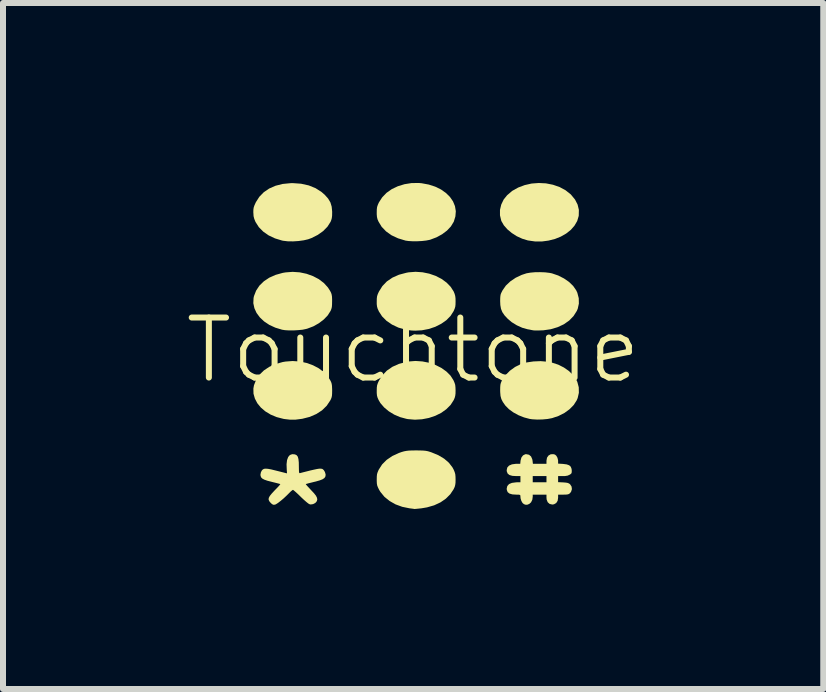
<source format=kicad_pcb>
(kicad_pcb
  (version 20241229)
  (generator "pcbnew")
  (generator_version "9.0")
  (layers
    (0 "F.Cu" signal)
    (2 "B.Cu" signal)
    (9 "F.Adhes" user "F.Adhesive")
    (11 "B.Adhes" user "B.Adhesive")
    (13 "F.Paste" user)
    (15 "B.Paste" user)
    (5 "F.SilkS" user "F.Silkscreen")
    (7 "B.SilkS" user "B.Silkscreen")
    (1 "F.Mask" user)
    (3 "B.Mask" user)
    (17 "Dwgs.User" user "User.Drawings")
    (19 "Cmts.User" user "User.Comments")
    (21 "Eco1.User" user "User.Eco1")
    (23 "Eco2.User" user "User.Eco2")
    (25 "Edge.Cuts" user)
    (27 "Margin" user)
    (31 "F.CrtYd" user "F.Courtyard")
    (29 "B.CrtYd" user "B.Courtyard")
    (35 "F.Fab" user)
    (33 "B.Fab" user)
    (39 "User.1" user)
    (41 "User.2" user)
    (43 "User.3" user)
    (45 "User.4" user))
  (footprint "Touchtone"
    (layer "F.Cu")
    (at 3.836 3.285)
    (property "Reference" "Touchtone" (at 0 -0.5 0) (unlocked yes) (layer "F.SilkS") (effects (font (size 1 1) (thickness 0.1))))
    (attr smd)
    (fp_poly (pts (xy 2.213 -3.279) (xy 2.33 -3.256) (xy 2.44 -3.218) (xy 2.54 -3.164) (xy 2.628 -3.094) (xy 2.633 -3.088) (xy 2.698 -3.009) (xy 2.741 -2.925) (xy 2.762 -2.837) (xy 2.76 -2.744) (xy 2.759 -2.735) (xy 2.734 -2.651) (xy 2.689 -2.574) (xy 2.628 -2.504) (xy 2.551 -2.443) (xy 2.462 -2.392) (xy 2.363 -2.352) (xy 2.256 -2.325) (xy 2.144 -2.31) (xy 2.03 -2.311) (xy 1.916 -2.327) (xy 1.914 -2.327) (xy 1.819 -2.356) (xy 1.727 -2.398) (xy 1.643 -2.452) (xy 1.57 -2.513) (xy 1.512 -2.579) (xy 1.472 -2.648) (xy 1.468 -2.658) (xy 1.447 -2.746) (xy 1.447 -2.837) (xy 1.468 -2.925) (xy 1.508 -3.009) (xy 1.565 -3.08) (xy 1.65 -3.153) (xy 1.75 -3.209) (xy 1.859 -3.25) (xy 1.974 -3.276) (xy 2.094 -3.285)) (stroke (width 0) (type solid)) (fill yes) (layer "F.SilkS"))
    (fp_poly (pts (xy -1.891 -0.31) (xy -1.777 -0.286) (xy -1.669 -0.247) (xy -1.572 -0.196) (xy -1.488 -0.132) (xy -1.42 -0.057) (xy -1.383 0.001) (xy -1.367 0.033) (xy -1.358 0.062) (xy -1.353 0.095) (xy -1.351 0.139) (xy -1.35 0.171) (xy -1.351 0.225) (xy -1.354 0.264) (xy -1.361 0.294) (xy -1.373 0.323) (xy -1.382 0.34) (xy -1.441 0.428) (xy -1.519 0.504) (xy -1.613 0.565) (xy -1.723 0.613) (xy -1.849 0.645) (xy -1.857 0.646) (xy -1.958 0.659) (xy -2.05 0.66) (xy -2.145 0.649) (xy -2.162 0.646) (xy -2.274 0.617) (xy -2.375 0.575) (xy -2.464 0.521) (xy -2.538 0.458) (xy -2.597 0.386) (xy -2.638 0.308) (xy -2.661 0.226) (xy -2.663 0.141) (xy -2.653 0.086) (xy -2.617 -0.006) (xy -2.562 -0.089) (xy -2.488 -0.161) (xy -2.398 -0.221) (xy -2.292 -0.268) (xy -2.174 -0.301) (xy -2.127 -0.309) (xy -2.009 -0.318)) (stroke (width 0) (type solid)) (fill yes) (layer "F.SilkS"))
    (fp_poly (pts (xy 0.141 -3.281) (xy 0.26 -3.259) (xy 0.368 -3.224) (xy 0.464 -3.177) (xy 0.546 -3.119) (xy 0.613 -3.053) (xy 0.664 -2.979) (xy 0.697 -2.899) (xy 0.711 -2.815) (xy 0.704 -2.728) (xy 0.677 -2.64) (xy 0.674 -2.635) (xy 0.629 -2.561) (xy 0.564 -2.492) (xy 0.483 -2.431) (xy 0.39 -2.38) (xy 0.287 -2.341) (xy 0.273 -2.337) (xy 0.216 -2.326) (xy 0.145 -2.318) (xy 0.067 -2.314) (xy -0.009 -2.314) (xy -0.078 -2.318) (xy -0.127 -2.325) (xy -0.252 -2.363) (xy -0.361 -2.414) (xy -0.452 -2.479) (xy -0.525 -2.555) (xy -0.577 -2.641) (xy -0.594 -2.68) (xy -0.603 -2.718) (xy -0.607 -2.763) (xy -0.607 -2.795) (xy -0.606 -2.846) (xy -0.601 -2.885) (xy -0.589 -2.921) (xy -0.571 -2.961) (xy -0.516 -3.046) (xy -0.444 -3.121) (xy -0.356 -3.183) (xy -0.255 -3.231) (xy -0.144 -3.265) (xy -0.026 -3.284) (xy 0.097 -3.285)) (stroke (width 0) (type solid)) (fill yes) (layer "F.SilkS"))
    (fp_poly (pts (xy 2.242 -0.306) (xy 2.318 -0.29) (xy 2.419 -0.257) (xy 2.512 -0.21) (xy 2.594 -0.153) (xy 2.663 -0.087) (xy 2.714 -0.017) (xy 2.736 0.029) (xy 2.76 0.12) (xy 2.762 0.212) (xy 2.742 0.299) (xy 2.726 0.337) (xy 2.676 0.415) (xy 2.606 0.486) (xy 2.521 0.548) (xy 2.422 0.598) (xy 2.315 0.634) (xy 2.241 0.648) (xy 2.155 0.656) (xy 2.067 0.658) (xy 1.985 0.653) (xy 1.942 0.647) (xy 1.848 0.622) (xy 1.755 0.585) (xy 1.669 0.538) (xy 1.595 0.484) (xy 1.538 0.426) (xy 1.534 0.421) (xy 1.495 0.365) (xy 1.47 0.316) (xy 1.456 0.264) (xy 1.451 0.203) (xy 1.45 0.171) (xy 1.451 0.118) (xy 1.454 0.079) (xy 1.461 0.049) (xy 1.473 0.02) (xy 1.482 0.002) (xy 1.538 -0.081) (xy 1.612 -0.156) (xy 1.699 -0.219) (xy 1.787 -0.263) (xy 1.89 -0.294) (xy 2.005 -0.311) (xy 2.125 -0.316)) (stroke (width 0) (type solid)) (fill yes) (layer "F.SilkS"))
    (fp_poly (pts (xy -1.891 -1.796) (xy -1.777 -1.772) (xy -1.669 -1.733) (xy -1.572 -1.682) (xy -1.488 -1.618) (xy -1.42 -1.543) (xy -1.383 -1.485) (xy -1.367 -1.453) (xy -1.358 -1.424) (xy -1.353 -1.392) (xy -1.351 -1.348) (xy -1.351 -1.315) (xy -1.352 -1.259) (xy -1.355 -1.218) (xy -1.363 -1.186) (xy -1.376 -1.154) (xy -1.379 -1.149) (xy -1.425 -1.077) (xy -1.491 -1.009) (xy -1.571 -0.948) (xy -1.663 -0.896) (xy -1.763 -0.858) (xy -1.785 -0.852) (xy -1.842 -0.84) (xy -1.913 -0.833) (xy -1.99 -0.828) (xy -2.067 -0.828) (xy -2.136 -0.832) (xy -2.185 -0.84) (xy -2.297 -0.874) (xy -2.397 -0.92) (xy -2.484 -0.978) (xy -2.555 -1.045) (xy -2.61 -1.119) (xy -2.646 -1.198) (xy -2.664 -1.282) (xy -2.66 -1.368) (xy -2.653 -1.4) (xy -2.617 -1.492) (xy -2.562 -1.575) (xy -2.488 -1.647) (xy -2.398 -1.707) (xy -2.292 -1.754) (xy -2.174 -1.787) (xy -2.127 -1.795) (xy -2.009 -1.804)) (stroke (width 0) (type solid)) (fill yes) (layer "F.SilkS"))
    (fp_poly (pts (xy -1.868 -3.273) (xy -1.741 -3.245) (xy -1.627 -3.199) (xy -1.527 -3.135) (xy -1.474 -3.089) (xy -1.417 -3.025) (xy -1.379 -2.961) (xy -1.358 -2.891) (xy -1.35 -2.809) (xy -1.35 -2.795) (xy -1.351 -2.74) (xy -1.356 -2.699) (xy -1.365 -2.667) (xy -1.377 -2.637) (xy -1.429 -2.556) (xy -1.501 -2.483) (xy -1.59 -2.42) (xy -1.693 -2.368) (xy -1.75 -2.347) (xy -1.823 -2.33) (xy -1.91 -2.318) (xy -2 -2.312) (xy -2.088 -2.313) (xy -2.165 -2.322) (xy -2.185 -2.326) (xy -2.303 -2.362) (xy -2.409 -2.412) (xy -2.499 -2.475) (xy -2.572 -2.549) (xy -2.625 -2.632) (xy -2.629 -2.639) (xy -2.649 -2.689) (xy -2.66 -2.733) (xy -2.663 -2.786) (xy -2.664 -2.795) (xy -2.663 -2.84) (xy -2.658 -2.875) (xy -2.646 -2.911) (xy -2.626 -2.955) (xy -2.622 -2.964) (xy -2.564 -3.055) (xy -2.49 -3.131) (xy -2.399 -3.193) (xy -2.294 -3.239) (xy -2.176 -3.269) (xy -2.045 -3.282) (xy -2.008 -3.283)) (stroke (width 0) (type solid)) (fill yes) (layer "F.SilkS"))
    (fp_poly (pts (xy 0.154 -0.311) (xy 0.266 -0.289) (xy 0.372 -0.252) (xy 0.468 -0.204) (xy 0.553 -0.144) (xy 0.622 -0.075) (xy 0.672 0.003) (xy 0.673 0.006) (xy 0.69 0.045) (xy 0.701 0.08) (xy 0.705 0.121) (xy 0.707 0.171) (xy 0.706 0.224) (xy 0.701 0.263) (xy 0.692 0.296) (xy 0.676 0.333) (xy 0.676 0.333) (xy 0.624 0.414) (xy 0.553 0.485) (xy 0.468 0.546) (xy 0.369 0.595) (xy 0.262 0.631) (xy 0.147 0.653) (xy 0.029 0.66) (xy -0.089 0.65) (xy -0.114 0.645) (xy -0.218 0.617) (xy -0.316 0.575) (xy -0.406 0.52) (xy -0.484 0.455) (xy -0.546 0.383) (xy -0.576 0.332) (xy -0.593 0.294) (xy -0.603 0.258) (xy -0.607 0.215) (xy -0.607 0.177) (xy -0.606 0.126) (xy -0.601 0.087) (xy -0.589 0.051) (xy -0.571 0.011) (xy -0.513 -0.08) (xy -0.438 -0.158) (xy -0.345 -0.222) (xy -0.237 -0.27) (xy -0.113 -0.303) (xy -0.076 -0.31) (xy 0.039 -0.319)) (stroke (width 0) (type solid)) (fill yes) (layer "F.SilkS"))
    (fp_poly (pts (xy 0.156 -1.797) (xy 0.268 -1.774) (xy 0.375 -1.737) (xy 0.472 -1.687) (xy 0.556 -1.626) (xy 0.625 -1.555) (xy 0.675 -1.477) (xy 0.691 -1.438) (xy 0.701 -1.403) (xy 0.706 -1.362) (xy 0.707 -1.315) (xy 0.706 -1.262) (xy 0.702 -1.224) (xy 0.692 -1.191) (xy 0.676 -1.153) (xy 0.674 -1.149) (xy 0.623 -1.069) (xy 0.553 -0.998) (xy 0.467 -0.938) (xy 0.368 -0.888) (xy 0.26 -0.852) (xy 0.145 -0.83) (xy 0.036 -0.824) (xy -0.02 -0.826) (xy -0.077 -0.832) (xy -0.125 -0.839) (xy -0.127 -0.84) (xy -0.246 -0.875) (xy -0.352 -0.925) (xy -0.444 -0.988) (xy -0.518 -1.062) (xy -0.573 -1.147) (xy -0.574 -1.151) (xy -0.592 -1.19) (xy -0.602 -1.226) (xy -0.607 -1.267) (xy -0.607 -1.309) (xy -0.606 -1.36) (xy -0.601 -1.399) (xy -0.589 -1.435) (xy -0.57 -1.476) (xy -0.513 -1.567) (xy -0.438 -1.645) (xy -0.345 -1.708) (xy -0.237 -1.756) (xy -0.113 -1.789) (xy -0.076 -1.796) (xy 0.04 -1.805)) (stroke (width 0) (type solid)) (fill yes) (layer "F.SilkS"))
    (fp_poly (pts (xy 2.199 -1.796) (xy 2.273 -1.787) (xy 2.313 -1.779) (xy 2.418 -1.743) (xy 2.514 -1.694) (xy 2.598 -1.636) (xy 2.667 -1.569) (xy 2.717 -1.497) (xy 2.736 -1.457) (xy 2.76 -1.365) (xy 2.762 -1.275) (xy 2.743 -1.189) (xy 2.727 -1.152) (xy 2.673 -1.067) (xy 2.6 -0.992) (xy 2.511 -0.93) (xy 2.408 -0.882) (xy 2.294 -0.848) (xy 2.171 -0.83) (xy 2.142 -0.829) (xy 2.09 -0.827) (xy 2.044 -0.827) (xy 2.011 -0.828) (xy 1.999 -0.83) (xy 1.976 -0.834) (xy 1.939 -0.842) (xy 1.908 -0.847) (xy 1.819 -0.872) (xy 1.728 -0.913) (xy 1.643 -0.965) (xy 1.576 -1.022) (xy 1.522 -1.08) (xy 1.486 -1.133) (xy 1.464 -1.188) (xy 1.453 -1.25) (xy 1.45 -1.315) (xy 1.451 -1.367) (xy 1.454 -1.404) (xy 1.46 -1.434) (xy 1.473 -1.463) (xy 1.49 -1.496) (xy 1.545 -1.575) (xy 1.619 -1.645) (xy 1.709 -1.706) (xy 1.811 -1.754) (xy 1.89 -1.78) (xy 1.954 -1.791) (xy 2.031 -1.798) (xy 2.116 -1.799)) (stroke (width 0) (type solid)) (fill yes) (layer "F.SilkS"))
    (fp_poly (pts (xy 0.056 1.172) (xy 0.123 1.173) (xy 0.173 1.175) (xy 0.212 1.179) (xy 0.247 1.186) (xy 0.283 1.197) (xy 0.307 1.205) (xy 0.42 1.252) (xy 0.517 1.31) (xy 0.596 1.378) (xy 0.655 1.455) (xy 0.676 1.494) (xy 0.692 1.533) (xy 0.702 1.569) (xy 0.706 1.612) (xy 0.707 1.658) (xy 0.706 1.71) (xy 0.701 1.748) (xy 0.692 1.781) (xy 0.675 1.817) (xy 0.675 1.818) (xy 0.619 1.902) (xy 0.545 1.976) (xy 0.455 2.038) (xy 0.35 2.087) (xy 0.232 2.121) (xy 0.138 2.137) (xy 0.09 2.142) (xy 0.05 2.146) (xy 0.025 2.148) (xy 0.019 2.148) (xy 0.004 2.145) (xy -0.027 2.141) (xy -0.06 2.137) (xy -0.182 2.112) (xy -0.294 2.071) (xy -0.393 2.015) (xy -0.478 1.946) (xy -0.545 1.865) (xy -0.568 1.827) (xy -0.587 1.788) (xy -0.599 1.757) (xy -0.605 1.723) (xy -0.607 1.679) (xy -0.607 1.658) (xy -0.606 1.606) (xy -0.602 1.568) (xy -0.592 1.535) (xy -0.576 1.498) (xy -0.573 1.492) (xy -0.517 1.405) (xy -0.441 1.329) (xy -0.347 1.265) (xy -0.236 1.214) (xy -0.19 1.198) (xy -0.151 1.187) (xy -0.114 1.18) (xy -0.073 1.175) (xy -0.023 1.173) (xy 0.042 1.172)) (stroke (width 0) (type solid)) (fill yes) (layer "F.SilkS"))
    (fp_poly (pts (xy 1.931 1.244) (xy 1.965 1.273) (xy 1.985 1.319) (xy 1.989 1.338) (xy 1.996 1.395) (xy 2.109 1.395) (xy 2.222 1.395) (xy 2.222 1.343) (xy 2.231 1.293) (xy 2.256 1.257) (xy 2.294 1.236) (xy 2.34 1.235) (xy 2.364 1.242) (xy 2.386 1.261) (xy 2.405 1.294) (xy 2.415 1.335) (xy 2.416 1.352) (xy 2.416 1.392) (xy 2.497 1.397) (xy 2.559 1.405) (xy 2.601 1.42) (xy 2.627 1.444) (xy 2.64 1.479) (xy 2.643 1.501) (xy 2.643 1.535) (xy 2.637 1.555) (xy 2.62 1.57) (xy 2.608 1.577) (xy 2.575 1.592) (xy 2.533 1.599) (xy 2.493 1.6) (xy 2.416 1.6) (xy 2.416 1.651) (xy 2.416 1.701) (xy 2.501 1.705) (xy 2.549 1.709) (xy 2.58 1.715) (xy 2.602 1.726) (xy 2.616 1.737) (xy 2.64 1.774) (xy 2.646 1.817) (xy 2.633 1.859) (xy 2.617 1.881) (xy 2.6 1.896) (xy 2.58 1.904) (xy 2.551 1.908) (xy 2.507 1.909) (xy 2.502 1.909) (xy 2.416 1.909) (xy 2.416 1.96) (xy 2.408 2.012) (xy 2.384 2.049) (xy 2.347 2.07) (xy 2.319 2.074) (xy 2.275 2.064) (xy 2.243 2.036) (xy 2.225 1.992) (xy 2.222 1.96) (xy 2.222 1.909) (xy 2.108 1.909) (xy 1.993 1.909) (xy 1.993 1.942) (xy 1.986 1.994) (xy 1.965 2.037) (xy 1.935 2.064) (xy 1.902 2.077) (xy 1.873 2.077) (xy 1.847 2.068) (xy 1.823 2.048) (xy 1.803 2.013) (xy 1.79 1.97) (xy 1.788 1.944) (xy 1.787 1.924) (xy 1.78 1.914) (xy 1.763 1.91) (xy 1.729 1.909) (xy 1.721 1.909) (xy 1.653 1.905) (xy 1.605 1.891) (xy 1.575 1.867) (xy 1.561 1.831) (xy 1.559 1.809) (xy 1.569 1.766) (xy 1.598 1.733) (xy 1.647 1.713) (xy 1.715 1.704) (xy 1.733 1.703) (xy 1.788 1.703) (xy 1.788 1.652) (xy 1.993 1.652) (xy 1.993 1.703) (xy 2.108 1.703) (xy 2.222 1.703) (xy 2.222 1.652) (xy 2.222 1.6) (xy 2.108 1.6) (xy 1.993 1.6) (xy 1.993 1.652) (xy 1.788 1.652) (xy 1.788 1.6) (xy 1.721 1.6) (xy 1.653 1.596) (xy 1.605 1.582) (xy 1.575 1.558) (xy 1.561 1.523) (xy 1.559 1.501) (xy 1.569 1.457) (xy 1.598 1.425) (xy 1.647 1.404) (xy 1.714 1.395) (xy 1.732 1.395) (xy 1.785 1.395) (xy 1.79 1.342) (xy 1.804 1.291) (xy 1.831 1.255) (xy 1.868 1.236) (xy 1.885 1.235)) (stroke (width 0) (type solid)) (fill yes) (layer "F.SilkS"))
    (fp_poly (pts (xy -1.971 1.238) (xy -1.943 1.251) (xy -1.923 1.276) (xy -1.912 1.316) (xy -1.906 1.373) (xy -1.905 1.435) (xy -1.904 1.489) (xy -1.903 1.523) (xy -1.9 1.543) (xy -1.894 1.551) (xy -1.886 1.551) (xy -1.885 1.55) (xy -1.866 1.545) (xy -1.831 1.536) (xy -1.783 1.524) (xy -1.728 1.51) (xy -1.725 1.509) (xy -1.655 1.493) (xy -1.603 1.482) (xy -1.565 1.476) (xy -1.537 1.476) (xy -1.516 1.48) (xy -1.511 1.482) (xy -1.49 1.5) (xy -1.471 1.531) (xy -1.46 1.568) (xy -1.459 1.583) (xy -1.464 1.61) (xy -1.48 1.633) (xy -1.51 1.653) (xy -1.556 1.671) (xy -1.622 1.69) (xy -1.648 1.696) (xy -1.7 1.709) (xy -1.745 1.72) (xy -1.776 1.729) (xy -1.789 1.733) (xy -1.79 1.733) (xy -1.784 1.743) (xy -1.765 1.765) (xy -1.736 1.796) (xy -1.702 1.833) (xy -1.653 1.885) (xy -1.62 1.927) (xy -1.603 1.961) (xy -1.598 1.99) (xy -1.606 2.018) (xy -1.606 2.019) (xy -1.631 2.048) (xy -1.668 2.067) (xy -1.708 2.073) (xy -1.729 2.068) (xy -1.749 2.056) (xy -1.78 2.031) (xy -1.82 1.996) (xy -1.864 1.955) (xy -1.876 1.943) (xy -1.918 1.902) (xy -1.955 1.868) (xy -1.984 1.843) (xy -2.001 1.83) (xy -2.003 1.829) (xy -2.017 1.837) (xy -2.04 1.856) (xy -2.054 1.87) (xy -2.106 1.922) (xy -2.158 1.971) (xy -2.208 2.013) (xy -2.252 2.047) (xy -2.286 2.069) (xy -2.303 2.076) (xy -2.33 2.078) (xy -2.352 2.067) (xy -2.373 2.048) (xy -2.397 2.02) (xy -2.409 1.993) (xy -2.407 1.965) (xy -2.39 1.932) (xy -2.357 1.891) (xy -2.309 1.839) (xy -2.271 1.8) (xy -2.241 1.768) (xy -2.221 1.744) (xy -2.214 1.734) (xy -2.214 1.733) (xy -2.227 1.729) (xy -2.257 1.721) (xy -2.3 1.71) (xy -2.353 1.697) (xy -2.356 1.696) (xy -2.427 1.678) (xy -2.479 1.66) (xy -2.513 1.642) (xy -2.534 1.621) (xy -2.543 1.595) (xy -2.545 1.574) (xy -2.537 1.535) (xy -2.521 1.505) (xy -2.505 1.489) (xy -2.485 1.479) (xy -2.457 1.476) (xy -2.418 1.479) (xy -2.365 1.489) (xy -2.296 1.506) (xy -2.26 1.515) (xy -2.204 1.529) (xy -2.157 1.541) (xy -2.123 1.55) (xy -2.105 1.554) (xy -2.104 1.555) (xy -2.103 1.544) (xy -2.105 1.517) (xy -2.107 1.487) (xy -2.11 1.403) (xy -2.102 1.334) (xy -2.083 1.282) (xy -2.055 1.249) (xy -2.017 1.235) (xy -2.009 1.235)) (stroke (width 0) (type solid)) (fill yes) (layer "F.SilkS")))
  (gr_rect
    (start -3 -3)
    (end 10.671 8.433)
    (stroke (width 0.1) (type default))
    (fill no)
    (layer "Edge.Cuts")))
</source>
